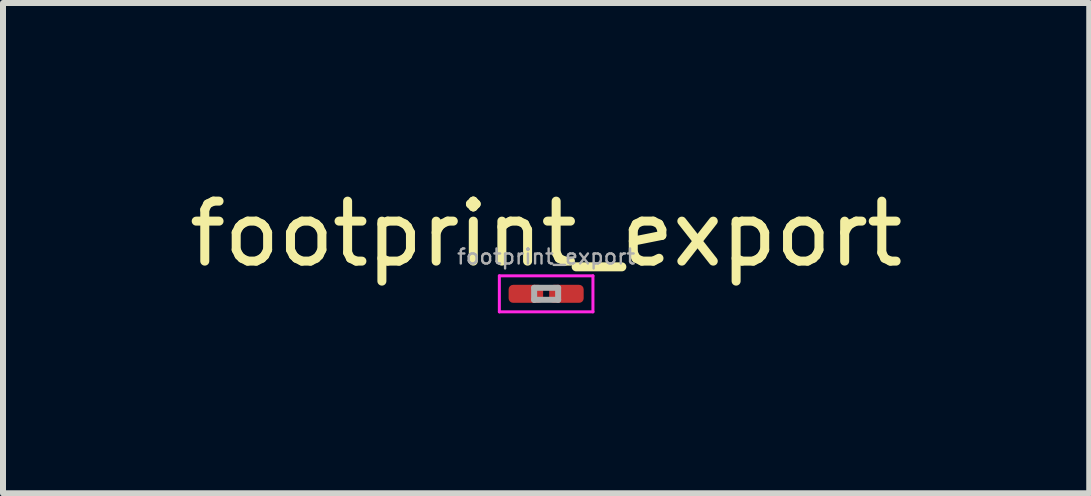
<source format=kicad_pcb>
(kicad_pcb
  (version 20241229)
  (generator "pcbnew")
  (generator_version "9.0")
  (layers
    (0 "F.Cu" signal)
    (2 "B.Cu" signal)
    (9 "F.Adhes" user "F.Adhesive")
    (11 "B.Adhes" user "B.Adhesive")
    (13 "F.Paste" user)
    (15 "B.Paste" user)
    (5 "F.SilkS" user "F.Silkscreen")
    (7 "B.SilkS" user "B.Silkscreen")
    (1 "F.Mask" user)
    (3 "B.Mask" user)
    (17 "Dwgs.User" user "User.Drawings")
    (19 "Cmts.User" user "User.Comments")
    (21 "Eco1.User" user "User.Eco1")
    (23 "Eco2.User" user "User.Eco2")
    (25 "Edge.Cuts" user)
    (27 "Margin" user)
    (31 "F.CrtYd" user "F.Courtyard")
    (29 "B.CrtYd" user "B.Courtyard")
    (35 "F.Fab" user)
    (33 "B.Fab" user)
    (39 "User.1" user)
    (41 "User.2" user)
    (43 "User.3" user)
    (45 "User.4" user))
  (footprint "footprint_export"
    (layer "F.Cu")
    (at 6.054 1.848)
    (property "Reference" "footprint_export" (at 0 -1 0) (layer "F.SilkS") (effects (font (size 1 1) (thickness 0.15))))
    (attr smd)
    (fp_line (start -0.78 -0.3) (end 0.78 -0.3) (stroke (width 0.05) (type solid)) (layer "F.CrtYd"))
    (fp_line (start -0.78 0.3) (end -0.78 -0.3) (stroke (width 0.05) (type solid)) (layer "F.CrtYd"))
    (fp_line (start 0.78 -0.3) (end 0.78 0.3) (stroke (width 0.05) (type solid)) (layer "F.CrtYd"))
    (fp_line (start 0.78 0.3) (end -0.78 0.3) (stroke (width 0.05) (type solid)) (layer "F.CrtYd"))
    (fp_line (start -0.2 -0.1) (end 0.2 -0.1) (stroke (width 0.1) (type solid)) (layer "F.Fab"))
    (fp_line (start -0.2 0.1) (end -0.2 -0.1) (stroke (width 0.1) (type solid)) (layer "F.Fab"))
    (fp_line (start 0.2 -0.1) (end 0.2 0.1) (stroke (width 0.1) (type solid)) (layer "F.Fab"))
    (fp_line (start 0.2 0.1) (end -0.2 0.1) (stroke (width 0.1) (type solid)) (layer "F.Fab"))
    (fp_text user "${REFERENCE}" (at 0 -0.62 0) (layer "F.Fab") (effects (font (size 0.25 0.25) (thickness 0.04))))
    (pad "" smd roundrect (at -0.362 0) (size 0.41 0.27) (layers "F.Paste") (roundrect_rratio 0.25))
    (pad "" smd roundrect (at 0.362 0) (size 0.41 0.27) (layers "F.Paste") (roundrect_rratio 0.25))
    (pad "1" smd roundrect (at -0.338 0) (size 0.575 0.3) (layers "F.Cu" "F.Mask") (roundrect_rratio 0.25))
    (pad "2" smd roundrect (at 0.338 0) (size 0.575 0.3) (layers "F.Cu" "F.Mask") (roundrect_rratio 0.25)))
  (gr_rect
    (start -3 -3)
    (end 15.107 5.173)
    (stroke (width 0.1) (type default))
    (fill no)
    (layer "Edge.Cuts")))
</source>
